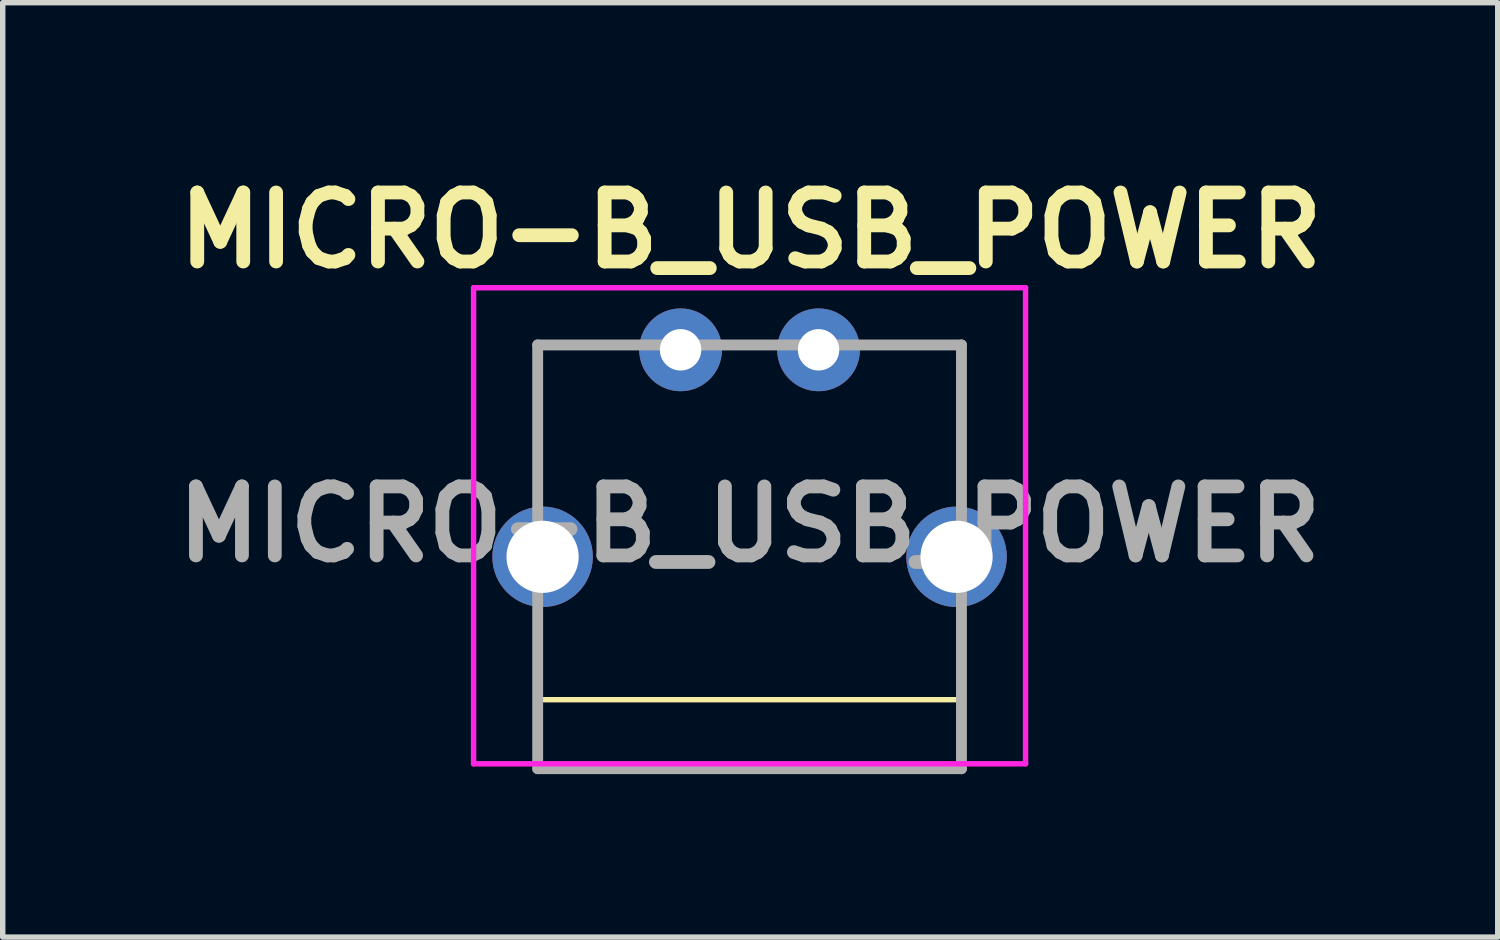
<source format=kicad_pcb>
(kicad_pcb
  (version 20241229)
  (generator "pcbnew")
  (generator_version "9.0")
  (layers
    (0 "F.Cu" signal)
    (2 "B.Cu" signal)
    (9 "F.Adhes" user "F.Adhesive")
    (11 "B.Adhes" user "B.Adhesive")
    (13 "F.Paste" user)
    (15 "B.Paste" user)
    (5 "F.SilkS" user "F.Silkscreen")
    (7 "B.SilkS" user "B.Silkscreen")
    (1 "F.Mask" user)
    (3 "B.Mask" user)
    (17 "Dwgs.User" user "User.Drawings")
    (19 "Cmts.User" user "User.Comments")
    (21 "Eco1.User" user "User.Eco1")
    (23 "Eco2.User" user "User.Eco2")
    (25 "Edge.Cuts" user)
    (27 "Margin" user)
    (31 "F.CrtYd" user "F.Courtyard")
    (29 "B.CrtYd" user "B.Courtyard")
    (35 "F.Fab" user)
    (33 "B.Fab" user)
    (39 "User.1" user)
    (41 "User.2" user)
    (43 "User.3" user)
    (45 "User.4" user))
  (footprint "MICRO-B_USB_POWER"
    (layer "F.Cu")
    (at 10.747 7.199)
    (property "Reference" "MICRO-B_USB_POWER" (at 0.024 -6.01 0) (layer "F.SilkS") (effects (font (size 1.27 1.27) (thickness 0.254))))
    (attr through_hole)
    (fp_line (start -3.9 -3.9) (end -3.9 -2.54) (stroke (width 0.1) (type solid)) (layer "F.SilkS"))
    (fp_line (start -3.9 1.27) (end -3.9 2.63) (stroke (width 0.1) (type solid)) (layer "F.SilkS"))
    (fp_line (start -3.9 2.63) (end 3.9 2.63) (stroke (width 0.1) (type solid)) (layer "F.SilkS"))
    (fp_line (start -3.425 -3.9) (end -3.9 -3.9) (stroke (width 0.1) (type solid)) (layer "F.SilkS"))
    (fp_line (start 3.075 -3.9) (end 3.9 -3.9) (stroke (width 0.1) (type solid)) (layer "F.SilkS"))
    (fp_line (start 3.9 -3.9) (end 3.9 -2.54) (stroke (width 0.1) (type solid)) (layer "F.SilkS"))
    (fp_line (start 3.9 2.63) (end 3.9 1.27) (stroke (width 0.1) (type solid)) (layer "F.SilkS"))
    (fp_line (start -5.08 -4.953) (end 5.08 -4.953) (stroke (width 0.1) (type solid)) (layer "F.CrtYd"))
    (fp_line (start -5.08 3.81) (end -5.08 -4.953) (stroke (width 0.1) (type solid)) (layer "F.CrtYd"))
    (fp_line (start 5.08 -4.953) (end 5.08 3.81) (stroke (width 0.1) (type solid)) (layer "F.CrtYd"))
    (fp_line (start 5.08 3.81) (end -5.08 3.81) (stroke (width 0.1) (type solid)) (layer "F.CrtYd"))
    (fp_line (start -3.9 -3.9) (end 3.9 -3.9) (stroke (width 0.2) (type solid)) (layer "F.Fab"))
    (fp_line (start -3.9 3.9) (end -3.9 -3.9) (stroke (width 0.2) (type solid)) (layer "F.Fab"))
    (fp_line (start 3.9 -3.9) (end 3.9 3.9) (stroke (width 0.2) (type solid)) (layer "F.Fab"))
    (fp_line (start 3.9 3.9) (end -3.9 3.9) (stroke (width 0.2) (type solid)) (layer "F.Fab"))
    (fp_text user "${REFERENCE}" (at 0 -0.6 0) (layer "F.Fab") (effects (font (size 1.27 1.27) (thickness 0.254))))
    (pad "1" thru_hole circle (at -1.27 -3.81) (size 1.524 1.524) (drill 0.762) (layers "*.Cu" "*.Mask"))
    (pad "2" thru_hole circle (at 1.27 -3.81) (size 1.524 1.524) (drill 0.762) (layers "*.Cu" "*.Mask"))
    (pad "3" thru_hole circle (at -3.81 0) (size 1.85 1.85) (drill 1.329) (layers "*.Cu" "*.Mask"))
    (pad "3" thru_hole circle (at 3.81 0) (size 1.85 1.85) (drill 1.329) (layers "*.Cu" "*.Mask")))
  (gr_rect
    (start -3 -3)
    (end 24.518 14.199)
    (stroke (width 0.1) (type default))
    (fill no)
    (layer "Edge.Cuts")))
</source>
